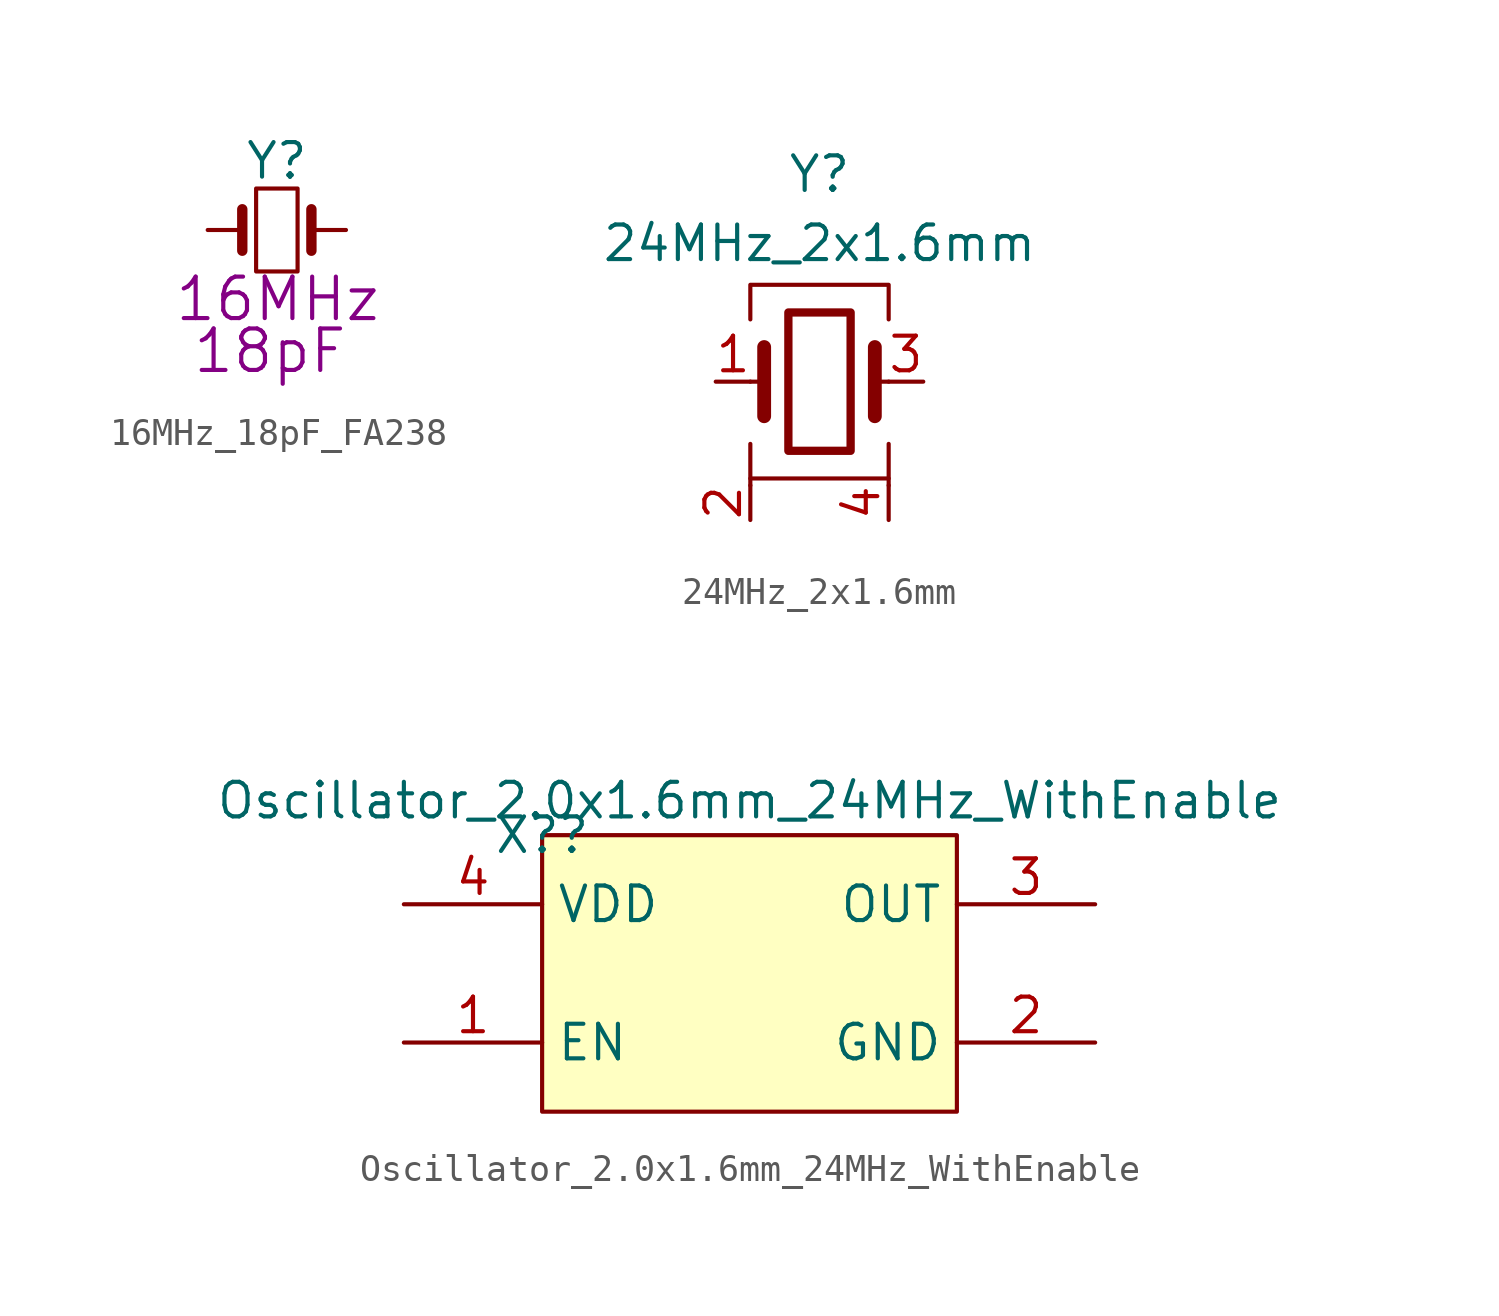
<source format=kicad_sym>
(kicad_symbol_lib
  (version 20211014)
  (generator kicad_symbol_editor)
  (symbol "16MHz_18pF_FA238"
    (pin_numbers hide)
    (pin_names
      (offset 1.016) hide)
    (property "Reference" "Y"
      (at 0 2.54 0)
      (effects (font (size 1.27 1.27))))
    (property "Display" "16MHz"
      (at -3.81 -2.54 0)
      (effects (font (size 1.524 1.524)) (justify left)))
    (property "Display 2" "18pF"
      (at -3.15 -4.445 0)
      (effects (font (size 1.524 1.524)) (justify left)))
    (symbol "16MHz_18pF_FA238_0_1"
      (rectangle (start -0.762 -1.524) (end 0.762 1.524) (stroke (width 0) (type default) (color 0 0 0 0)) (fill (type none)))
      (polyline (pts (xy -1.27 -0.762) (xy -1.27 0.762)) (stroke (width 0.381) (type default) (color 0 0 0 0)) (fill (type none)))
      (polyline (pts (xy 1.27 -0.762) (xy 1.27 0.762)) (stroke (width 0.381) (type default) (color 0 0 0 0)) (fill (type none))))
    (symbol "16MHz_18pF_FA238_1_1"
      (pin passive line (at -2.54 0 0) (length 1.27) (name "1" (effects (font (size 1.27 1.27)))) (number "1" (effects (font (size 1.27 1.27)))))
      (pin passive line (at 2.54 0 180) (length 1.27) (name "2" (effects (font (size 1.27 1.27)))) (number "2" (effects (font (size 1.27 1.27)))))
      (pin no_connect line (at 0 -2.54 90) (length 1.27) hide (name "3" (effects (font (size 1.27 1.27)))) (number "3" (effects (font (size 1.27 1.27)))))
      (pin no_connect line (at 0 2.54 270) (length 1.27) hide (name "4" (effects (font (size 1.27 1.27)))) (number "4" (effects (font (size 1.27 1.27)))))))
  (symbol "24MHz_2x1.6mm"
    (pin_names
      (offset 1.016) hide)
    (property "Reference" "Y"
      (at 0 7.62 0)
      (effects (font (size 1.27 1.27))))
    (property "Value" "24MHz_2x1.6mm"
      (at 0 5.08 0)
      (effects (font (size 1.27 1.27))))
    (symbol "24MHz_2x1.6mm_0_1"
      (rectangle (start -1.143 2.54) (end 1.143 -2.54) (stroke (width 0.305) (type default) (color 0 0 0 0)) (fill (type none)))
      (polyline (pts (xy -2.54 -3.556) (xy -2.54 -3.81)) (stroke (width 0) (type default) (color 0 0 0 0)) (fill (type none)))
      (polyline (pts (xy -2.54 0) (xy -2.032 0)) (stroke (width 0) (type default) (color 0 0 0 0)) (fill (type none)))
      (polyline (pts (xy -2.032 -1.27) (xy -2.032 1.27)) (stroke (width 0.508) (type default) (color 0 0 0 0)) (fill (type none)))
      (polyline (pts (xy 2.032 -1.27) (xy 2.032 1.27)) (stroke (width 0.508) (type default) (color 0 0 0 0)) (fill (type none)))
      (polyline (pts (xy 2.032 0) (xy 2.54 0)) (stroke (width 0) (type default) (color 0 0 0 0)) (fill (type none)))
      (polyline (pts (xy 2.54 -3.81) (xy 2.54 -3.556)) (stroke (width 0) (type default) (color 0 0 0 0)) (fill (type none)))
      (polyline (pts (xy -2.54 -2.286) (xy -2.54 -3.556) (xy 2.54 -3.556) (xy 2.54 -2.286)) (stroke (width 0) (type default) (color 0 0 0 0)) (fill (type none)))
      (polyline (pts (xy -2.54 2.286) (xy -2.54 3.556) (xy 2.54 3.556) (xy 2.54 2.286)) (stroke (width 0) (type default) (color 0 0 0 0)) (fill (type none))))
    (symbol "24MHz_2x1.6mm_1_1"
      (pin passive line (at -3.81 0 0) (length 1.27) (name "1" (effects (font (size 1.27 1.27)))) (number "1" (effects (font (size 1.27 1.27)))))
      (pin passive line (at -2.54 -5.08 90) (length 1.27) (name "2" (effects (font (size 1.27 1.27)))) (number "2" (effects (font (size 1.27 1.27)))))
      (pin passive line (at 3.81 0 180) (length 1.27) (name "3" (effects (font (size 1.27 1.27)))) (number "3" (effects (font (size 1.27 1.27)))))
      (pin passive line (at 2.54 -5.08 90) (length 1.27) (name "4" (effects (font (size 1.27 1.27)))) (number "4" (effects (font (size 1.27 1.27)))))))
  (symbol "Oscillator_2.0x1.6mm_24MHz_WithEnable"
    (property "Reference" "X?"
      (at 0 0 0)
      (effects (font (size 1.27 1.27))))
    (property "Value" "Oscillator_2.0x1.6mm_24MHz_WithEnable"
      (at 7.62 1.27 0)
      (effects (font (size 1.27 1.27))))
    (symbol "Oscillator_2.0x1.6mm_24MHz_WithEnable_1_0"
      (rectangle (start 15.24 0) (end 0 -10.16) (stroke (width 0) (type default) (color 0 0 0 0)) (fill (type background)))
      (pin passive line (at -5.08 -7.62 0) (length 5.08) (name "EN" (effects (font (size 1.27 1.27)))) (number "1" (effects (font (size 1.27 1.27)))))
      (pin passive line (at 20.32 -7.62 180) (length 5.08) (name "GND" (effects (font (size 1.27 1.27)))) (number "2" (effects (font (size 1.27 1.27)))))
      (pin passive line (at 20.32 -2.54 180) (length 5.08) (name "OUT" (effects (font (size 1.27 1.27)))) (number "3" (effects (font (size 1.27 1.27)))))
      (pin passive line (at -5.08 -2.54 0) (length 5.08) (name "VDD" (effects (font (size 1.27 1.27)))) (number "4" (effects (font (size 1.27 1.27))))))))
</source>
